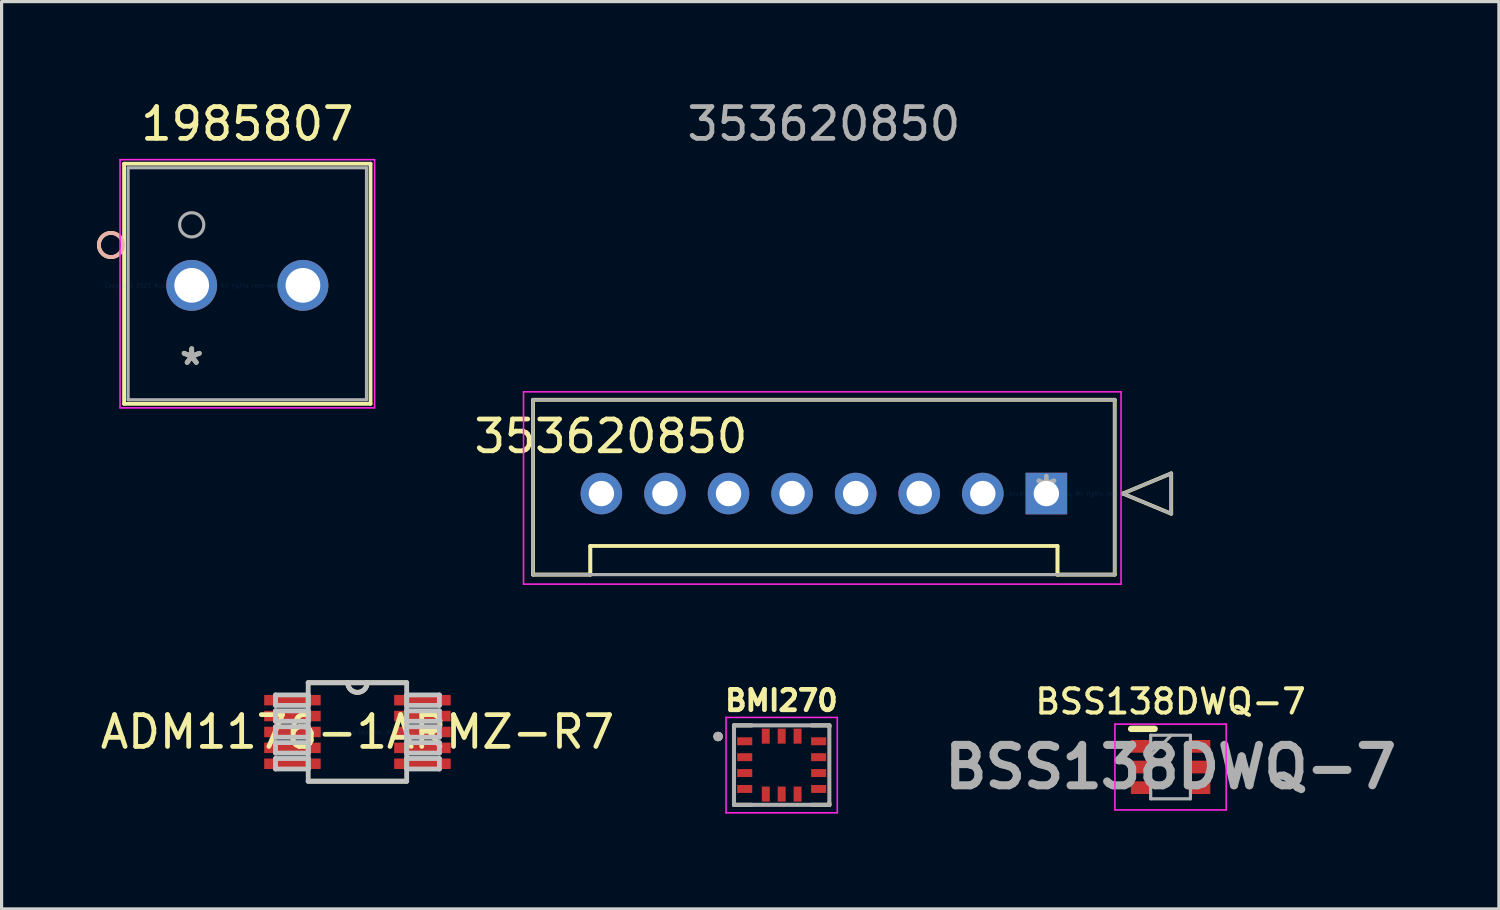
<source format=kicad_pcb>
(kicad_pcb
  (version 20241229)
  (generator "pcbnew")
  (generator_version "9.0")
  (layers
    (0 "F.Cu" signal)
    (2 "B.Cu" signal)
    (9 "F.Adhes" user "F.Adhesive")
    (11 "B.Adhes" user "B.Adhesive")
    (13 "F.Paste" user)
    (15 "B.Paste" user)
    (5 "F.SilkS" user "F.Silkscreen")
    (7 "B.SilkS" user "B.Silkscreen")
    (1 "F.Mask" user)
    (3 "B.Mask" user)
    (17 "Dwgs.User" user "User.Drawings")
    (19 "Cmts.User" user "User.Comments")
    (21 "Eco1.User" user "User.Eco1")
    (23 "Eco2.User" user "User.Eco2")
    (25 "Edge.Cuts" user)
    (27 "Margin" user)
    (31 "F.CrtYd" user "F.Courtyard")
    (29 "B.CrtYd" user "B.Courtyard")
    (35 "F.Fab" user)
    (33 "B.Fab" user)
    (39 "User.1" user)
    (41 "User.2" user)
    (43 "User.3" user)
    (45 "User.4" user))
  (footprint "ADM1176-1ARMZ-R7"
    (layer "F.Cu")
    (at 8.196 19.979)
    (property "Reference" "ADM1176-1ARMZ-R7" (at 0 0 0) (layer "F.SilkS") (effects (font (size 1 1) (thickness 0.15))))
    (attr smd)
    (fp_line (start -1.549 1.549) (end 1.549 1.549) (stroke (width 0.152) (type solid)) (layer "F.SilkS"))
    (fp_line (start 1.549 -1.549) (end -1.549 -1.549) (stroke (width 0.152) (type solid)) (layer "F.SilkS"))
    (fp_arc (start 0.3048 -1.5494) (mid 0 -1.2446) (end -0.3048 -1.5494) (stroke (width 0.1524) (type solid)) (layer "F.SilkS"))
    (fp_line (start -2.578 -1.165) (end -2.578 -0.835) (stroke (width 0.152) (type solid)) (layer "Dwgs.User"))
    (fp_line (start -2.578 -0.835) (end -1.549 -0.835) (stroke (width 0.152) (type solid)) (layer "Dwgs.User"))
    (fp_line (start -2.578 -0.665) (end -2.578 -0.335) (stroke (width 0.152) (type solid)) (layer "Dwgs.User"))
    (fp_line (start -2.578 -0.335) (end -1.549 -0.335) (stroke (width 0.152) (type solid)) (layer "Dwgs.User"))
    (fp_line (start -2.578 -0.165) (end -2.578 0.165) (stroke (width 0.152) (type solid)) (layer "Dwgs.User"))
    (fp_line (start -2.578 0.165) (end -1.549 0.165) (stroke (width 0.152) (type solid)) (layer "Dwgs.User"))
    (fp_line (start -2.578 0.335) (end -2.578 0.665) (stroke (width 0.152) (type solid)) (layer "Dwgs.User"))
    (fp_line (start -2.578 0.665) (end -1.549 0.665) (stroke (width 0.152) (type solid)) (layer "Dwgs.User"))
    (fp_line (start -2.578 0.835) (end -2.578 1.165) (stroke (width 0.152) (type solid)) (layer "Dwgs.User"))
    (fp_line (start -2.578 1.165) (end -1.549 1.165) (stroke (width 0.152) (type solid)) (layer "Dwgs.User"))
    (fp_line (start -1.549 -1.549) (end -1.549 1.549) (stroke (width 0.152) (type solid)) (layer "Dwgs.User"))
    (fp_line (start -1.549 -1.165) (end -2.578 -1.165) (stroke (width 0.152) (type solid)) (layer "Dwgs.User"))
    (fp_line (start -1.549 -0.835) (end -1.549 -1.165) (stroke (width 0.152) (type solid)) (layer "Dwgs.User"))
    (fp_line (start -1.549 -0.665) (end -2.578 -0.665) (stroke (width 0.152) (type solid)) (layer "Dwgs.User"))
    (fp_line (start -1.549 -0.335) (end -1.549 -0.665) (stroke (width 0.152) (type solid)) (layer "Dwgs.User"))
    (fp_line (start -1.549 -0.165) (end -2.578 -0.165) (stroke (width 0.152) (type solid)) (layer "Dwgs.User"))
    (fp_line (start -1.549 0.165) (end -1.549 -0.165) (stroke (width 0.152) (type solid)) (layer "Dwgs.User"))
    (fp_line (start -1.549 0.335) (end -2.578 0.335) (stroke (width 0.152) (type solid)) (layer "Dwgs.User"))
    (fp_line (start -1.549 0.665) (end -1.549 0.335) (stroke (width 0.152) (type solid)) (layer "Dwgs.User"))
    (fp_line (start -1.549 0.835) (end -2.578 0.835) (stroke (width 0.152) (type solid)) (layer "Dwgs.User"))
    (fp_line (start -1.549 1.165) (end -1.549 0.835) (stroke (width 0.152) (type solid)) (layer "Dwgs.User"))
    (fp_line (start -1.549 1.549) (end 1.549 1.549) (stroke (width 0.152) (type solid)) (layer "Dwgs.User"))
    (fp_line (start 1.549 -1.549) (end -1.549 -1.549) (stroke (width 0.152) (type solid)) (layer "Dwgs.User"))
    (fp_line (start 1.549 -1.165) (end 1.549 -0.835) (stroke (width 0.152) (type solid)) (layer "Dwgs.User"))
    (fp_line (start 1.549 -0.835) (end 2.578 -0.835) (stroke (width 0.152) (type solid)) (layer "Dwgs.User"))
    (fp_line (start 1.549 -0.665) (end 1.549 -0.335) (stroke (width 0.152) (type solid)) (layer "Dwgs.User"))
    (fp_line (start 1.549 -0.335) (end 2.578 -0.335) (stroke (width 0.152) (type solid)) (layer "Dwgs.User"))
    (fp_line (start 1.549 -0.165) (end 1.549 0.165) (stroke (width 0.152) (type solid)) (layer "Dwgs.User"))
    (fp_line (start 1.549 0.165) (end 2.578 0.165) (stroke (width 0.152) (type solid)) (layer "Dwgs.User"))
    (fp_line (start 1.549 0.335) (end 1.549 0.665) (stroke (width 0.152) (type solid)) (layer "Dwgs.User"))
    (fp_line (start 1.549 0.665) (end 2.578 0.665) (stroke (width 0.152) (type solid)) (layer "Dwgs.User"))
    (fp_line (start 1.549 0.835) (end 1.549 1.165) (stroke (width 0.152) (type solid)) (layer "Dwgs.User"))
    (fp_line (start 1.549 1.165) (end 2.578 1.165) (stroke (width 0.152) (type solid)) (layer "Dwgs.User"))
    (fp_line (start 1.549 1.549) (end 1.549 -1.549) (stroke (width 0.152) (type solid)) (layer "Dwgs.User"))
    (fp_line (start 2.578 -1.165) (end 1.549 -1.165) (stroke (width 0.152) (type solid)) (layer "Dwgs.User"))
    (fp_line (start 2.578 -0.835) (end 2.578 -1.165) (stroke (width 0.152) (type solid)) (layer "Dwgs.User"))
    (fp_line (start 2.578 -0.665) (end 1.549 -0.665) (stroke (width 0.152) (type solid)) (layer "Dwgs.User"))
    (fp_line (start 2.578 -0.335) (end 2.578 -0.665) (stroke (width 0.152) (type solid)) (layer "Dwgs.User"))
    (fp_line (start 2.578 -0.165) (end 1.549 -0.165) (stroke (width 0.152) (type solid)) (layer "Dwgs.User"))
    (fp_line (start 2.578 0.165) (end 2.578 -0.165) (stroke (width 0.152) (type solid)) (layer "Dwgs.User"))
    (fp_line (start 2.578 0.335) (end 1.549 0.335) (stroke (width 0.152) (type solid)) (layer "Dwgs.User"))
    (fp_line (start 2.578 0.665) (end 2.578 0.335) (stroke (width 0.152) (type solid)) (layer "Dwgs.User"))
    (fp_line (start 2.578 0.835) (end 1.549 0.835) (stroke (width 0.152) (type solid)) (layer "Dwgs.User"))
    (fp_line (start 2.578 1.165) (end 2.578 0.835) (stroke (width 0.152) (type solid)) (layer "Dwgs.User"))
    (fp_arc (start 0.3048 -1.5494) (mid 0 -1.2446) (end -0.3048 -1.5494) (stroke (width 0.1524) (type solid)) (layer "Dwgs.User"))
    (fp_text user "Copyright 2016 Accelerated Designs. All rights reserved." (at 0 0 0) (layer "Cmts.User") (effects (font (size 0.127 0.127) (thickness 0.002))))
    (pad "1" smd rect (at -2.045 -1) (size 1.778 0.33) (layers "F.Cu" "F.Mask" "F.Paste"))
    (pad "2" smd rect (at -2.045 -0.5) (size 1.778 0.33) (layers "F.Cu" "F.Mask" "F.Paste"))
    (pad "3" smd rect (at -2.045 0) (size 1.778 0.33) (layers "F.Cu" "F.Mask" "F.Paste"))
    (pad "4" smd rect (at -2.045 0.5) (size 1.778 0.33) (layers "F.Cu" "F.Mask" "F.Paste"))
    (pad "5" smd rect (at -2.045 1) (size 1.778 0.33) (layers "F.Cu" "F.Mask" "F.Paste"))
    (pad "6" smd rect (at 2.045 1) (size 1.778 0.33) (layers "F.Cu" "F.Mask" "F.Paste"))
    (pad "7" smd rect (at 2.045 0.5) (size 1.778 0.33) (layers "F.Cu" "F.Mask" "F.Paste"))
    (pad "8" smd rect (at 2.045 0) (size 1.778 0.33) (layers "F.Cu" "F.Mask" "F.Paste"))
    (pad "9" smd rect (at 2.045 -0.5) (size 1.778 0.33) (layers "F.Cu" "F.Mask" "F.Paste"))
    (pad "10" smd rect (at 2.045 -1) (size 1.778 0.33) (layers "F.Cu" "F.Mask" "F.Paste")))
  (footprint "353620850"
    (layer "F.Cu")
    (at 29.871 12.478)
    (property "Reference" "353620850" (at -13.7 -1.8 0) (layer "F.SilkS") (effects (font (size 1 1) (thickness 0.15))))
    (attr through_hole)
    (fp_line (start -16.15 -2.95) (end -16.15 2.55) (stroke (width 0.12) (type solid)) (layer "F.SilkS"))
    (fp_line (start -16.15 2.55) (end -14.35 2.55) (stroke (width 0.127) (type solid)) (layer "F.SilkS"))
    (fp_line (start -14.35 1.65) (end 0.35 1.65) (stroke (width 0.12) (type solid)) (layer "F.SilkS"))
    (fp_line (start -14.35 2.55) (end -14.35 1.65) (stroke (width 0.127) (type solid)) (layer "F.SilkS"))
    (fp_line (start 0.35 1.65) (end 0.35 2.55) (stroke (width 0.127) (type solid)) (layer "F.SilkS"))
    (fp_line (start 0.35 2.55) (end 2.15 2.55) (stroke (width 0.127) (type solid)) (layer "F.SilkS"))
    (fp_line (start 2.15 -2.95) (end -16.15 -2.95) (stroke (width 0.12) (type solid)) (layer "F.SilkS"))
    (fp_line (start 2.15 2.55) (end 2.15 -2.95) (stroke (width 0.12) (type solid)) (layer "F.SilkS"))
    (fp_line (start 2.404 0) (end 3.928 -0.635) (stroke (width 0.12) (type solid)) (layer "F.SilkS"))
    (fp_line (start 3.928 -0.635) (end 3.928 0.635) (stroke (width 0.12) (type solid)) (layer "F.SilkS"))
    (fp_line (start 3.928 0.635) (end 2.404 0) (stroke (width 0.12) (type solid)) (layer "F.SilkS"))
    (fp_line (start -16.45 -3.2) (end -16.45 2.85) (stroke (width 0.05) (type solid)) (layer "F.CrtYd"))
    (fp_line (start -16.45 2.85) (end 2.35 2.85) (stroke (width 0.05) (type solid)) (layer "F.CrtYd"))
    (fp_line (start 2.35 -3.2) (end -16.45 -3.2) (stroke (width 0.05) (type solid)) (layer "F.CrtYd"))
    (fp_line (start 2.35 2.85) (end 2.35 -3.2) (stroke (width 0.05) (type solid)) (layer "F.CrtYd"))
    (fp_line (start -16.15 -2.95) (end -16.15 2.55) (stroke (width 0.1) (type solid)) (layer "F.Fab"))
    (fp_line (start -16.15 2.55) (end 2.15 2.55) (stroke (width 0.1) (type solid)) (layer "F.Fab"))
    (fp_line (start 2.15 -2.95) (end -16.15 -2.95) (stroke (width 0.1) (type solid)) (layer "F.Fab"))
    (fp_line (start 2.15 2.55) (end 2.15 -2.95) (stroke (width 0.1) (type solid)) (layer "F.Fab"))
    (fp_line (start 2.404 0) (end 3.928 -0.635) (stroke (width 0.1) (type solid)) (layer "F.Fab"))
    (fp_line (start 3.928 -0.635) (end 3.928 0.635) (stroke (width 0.1) (type solid)) (layer "F.Fab"))
    (fp_line (start 3.928 0.635) (end 2.404 0) (stroke (width 0.1) (type solid)) (layer "F.Fab"))
    (fp_text user "Copyright 2021 Accelerated Designs. All rights reserved." (at 0 0 0) (layer "Cmts.User") (effects (font (size 0.127 0.127) (thickness 0.002))))
    (fp_text user "353620850" (at -7 -11.63 0) (layer "F.Fab") (effects (font (size 1 1) (thickness 0.15))))
    (fp_text user "*" (at 0 0 0) (layer "F.Fab") (effects (font (size 1 1) (thickness 0.15))))
    (pad "1" thru_hole rect (at 0 0) (size 1.308 1.308) (drill 0.8) (layers "*.Cu" "*.Mask"))
    (pad "2" thru_hole circle (at -2 0) (size 1.308 1.308) (drill 0.8) (layers "*.Cu" "*.Mask"))
    (pad "3" thru_hole circle (at -4 0) (size 1.308 1.308) (drill 0.8) (layers "*.Cu" "*.Mask"))
    (pad "4" thru_hole circle (at -6 0) (size 1.308 1.308) (drill 0.8) (layers "*.Cu" "*.Mask"))
    (pad "5" thru_hole circle (at -8 0) (size 1.308 1.308) (drill 0.8) (layers "*.Cu" "*.Mask"))
    (pad "6" thru_hole circle (at -10 0) (size 1.308 1.308) (drill 0.8) (layers "*.Cu" "*.Mask"))
    (pad "7" thru_hole circle (at -12 0) (size 1.308 1.308) (drill 0.8) (layers "*.Cu" "*.Mask"))
    (pad "8" thru_hole circle (at -14 0) (size 1.308 1.308) (drill 0.8) (layers "*.Cu" "*.Mask")))
  (footprint "1985807"
    (layer "F.Cu")
    (at 2.981 5.928)
    (property "Reference" "1985807" (at 1.75 -5.08 0) (layer "F.SilkS") (effects (font (size 1 1) (thickness 0.15))))
    (attr through_hole)
    (fp_line (start -2.127 -3.827) (end -2.127 3.727) (stroke (width 0.12) (type solid)) (layer "F.SilkS"))
    (fp_line (start -2.127 3.727) (end 5.627 3.727) (stroke (width 0.12) (type solid)) (layer "F.SilkS"))
    (fp_line (start 5.627 -3.827) (end -2.127 -3.827) (stroke (width 0.12) (type solid)) (layer "F.SilkS"))
    (fp_line (start 5.627 3.727) (end 5.627 -3.827) (stroke (width 0.12) (type solid)) (layer "F.SilkS"))
    (fp_circle (center -2.54 -1.27) (end -2.159 -1.27) (stroke (width 0.12) (type solid)) (fill no) (layer "F.SilkS"))
    (fp_circle (center -2.54 -1.27) (end -2.159 -1.27) (stroke (width 0.12) (type solid)) (fill no) (layer "B.SilkS"))
    (fp_line (start -2.254 -3.954) (end -2.254 3.854) (stroke (width 0.05) (type solid)) (layer "F.CrtYd"))
    (fp_line (start -2.254 3.854) (end 5.754 3.854) (stroke (width 0.05) (type solid)) (layer "F.CrtYd"))
    (fp_line (start 5.754 -3.954) (end -2.254 -3.954) (stroke (width 0.05) (type solid)) (layer "F.CrtYd"))
    (fp_line (start 5.754 3.854) (end 5.754 -3.954) (stroke (width 0.05) (type solid)) (layer "F.CrtYd"))
    (fp_line (start -2 -3.7) (end -2 3.6) (stroke (width 0.1) (type solid)) (layer "F.Fab"))
    (fp_line (start -2 3.6) (end 5.5 3.6) (stroke (width 0.1) (type solid)) (layer "F.Fab"))
    (fp_line (start 5.5 -3.7) (end -2 -3.7) (stroke (width 0.1) (type solid)) (layer "F.Fab"))
    (fp_line (start 5.5 3.6) (end 5.5 -3.7) (stroke (width 0.1) (type solid)) (layer "F.Fab"))
    (fp_circle (center 0 -1.905) (end 0.381 -1.905) (stroke (width 0.1) (type solid)) (fill no) (layer "F.Fab"))
    (fp_text user "*" (at 0 2.54 0) (layer "F.SilkS") (effects (font (size 1 1) (thickness 0.15))))
    (fp_text user "Copyright 2021 Accelerated Designs. All rights reserved." (at 0 0 0) (layer "Cmts.User") (effects (font (size 0.127 0.127) (thickness 0.002))))
    (fp_text user "*" (at 0 2.54 0) (layer "F.Fab") (effects (font (size 1 1) (thickness 0.15))))
    (pad "1" thru_hole circle (at -0.000001 0) (size 1.6 1.6) (drill 1.092) (layers "*.Cu" "*.Mask"))
    (pad "2" thru_hole circle (at 3.5 0) (size 1.6 1.6) (drill 1.092) (layers "*.Cu" "*.Mask")))
  (footprint "BMI270"
    (layer "F.Cu")
    (at 21.543 21.022)
    (property "Reference" "BMI270" (at -0.008 -2.031 0) (layer "F.SilkS") (effects (font (size 0.64 0.64) (thickness 0.15))))
    (attr through_hole)
    (fp_line (start -1.5 -1.25) (end -1.5 -1.195) (stroke (width 0.127) (type solid)) (layer "F.SilkS"))
    (fp_line (start -1.5 -1.25) (end -0.945 -1.25) (stroke (width 0.127) (type solid)) (layer "F.SilkS"))
    (fp_line (start -1.5 1.195) (end -1.5 1.25) (stroke (width 0.127) (type solid)) (layer "F.SilkS"))
    (fp_line (start -1.5 1.25) (end -0.945 1.25) (stroke (width 0.127) (type solid)) (layer "F.SilkS"))
    (fp_line (start 0.945 -1.25) (end 1.5 -1.25) (stroke (width 0.127) (type solid)) (layer "F.SilkS"))
    (fp_line (start 0.945 1.25) (end 1.5 1.25) (stroke (width 0.127) (type solid)) (layer "F.SilkS"))
    (fp_line (start 1.5 -1.25) (end 1.5 -1.195) (stroke (width 0.127) (type solid)) (layer "F.SilkS"))
    (fp_line (start 1.5 1.195) (end 1.5 1.25) (stroke (width 0.127) (type solid)) (layer "F.SilkS"))
    (fp_circle (center -2 -0.9) (end -1.925 -0.9) (stroke (width 0.15) (type solid)) (fill no) (layer "F.SilkS"))
    (fp_line (start -1.75 -1.5) (end 1.75 -1.5) (stroke (width 0.05) (type solid)) (layer "F.CrtYd"))
    (fp_line (start -1.75 1.5) (end -1.75 -1.5) (stroke (width 0.05) (type solid)) (layer "F.CrtYd"))
    (fp_line (start 1.75 -1.5) (end 1.75 1.5) (stroke (width 0.05) (type solid)) (layer "F.CrtYd"))
    (fp_line (start 1.75 1.5) (end -1.75 1.5) (stroke (width 0.05) (type solid)) (layer "F.CrtYd"))
    (fp_line (start -1.5 -1.25) (end -1.5 1.25) (stroke (width 0.127) (type solid)) (layer "F.Fab"))
    (fp_line (start -1.5 1.25) (end 1.5 1.25) (stroke (width 0.127) (type solid)) (layer "F.Fab"))
    (fp_line (start 1.5 -1.25) (end -1.5 -1.25) (stroke (width 0.127) (type solid)) (layer "F.Fab"))
    (fp_line (start 1.5 1.25) (end 1.5 -1.25) (stroke (width 0.127) (type solid)) (layer "F.Fab"))
    (fp_circle (center -2 -0.9) (end -1.925 -0.9) (stroke (width 0.15) (type solid)) (fill no) (layer "F.Fab"))
    (pad "1" smd rect (at -1.163 -0.75) (size 0.475 0.25) (layers "F.Cu" "F.Mask" "F.Paste"))
    (pad "2" smd rect (at -1.163 -0.25) (size 0.475 0.25) (layers "F.Cu" "F.Mask" "F.Paste"))
    (pad "3" smd rect (at -1.163 0.25) (size 0.475 0.25) (layers "F.Cu" "F.Mask" "F.Paste"))
    (pad "4" smd rect (at -1.163 0.75) (size 0.475 0.25) (layers "F.Cu" "F.Mask" "F.Paste"))
    (pad "5" smd rect (at -0.5 0.912 90) (size 0.475 0.25) (layers "F.Cu" "F.Mask" "F.Paste"))
    (pad "6" smd rect (at 0 0.912 90) (size 0.475 0.25) (layers "F.Cu" "F.Mask" "F.Paste"))
    (pad "7" smd rect (at 0.5 0.912 90) (size 0.475 0.25) (layers "F.Cu" "F.Mask" "F.Paste"))
    (pad "8" smd rect (at 1.163 0.75) (size 0.475 0.25) (layers "F.Cu" "F.Mask" "F.Paste"))
    (pad "9" smd rect (at 1.163 0.25) (size 0.475 0.25) (layers "F.Cu" "F.Mask" "F.Paste"))
    (pad "10" smd rect (at 1.163 -0.25) (size 0.475 0.25) (layers "F.Cu" "F.Mask" "F.Paste"))
    (pad "11" smd rect (at 1.163 -0.75) (size 0.475 0.25) (layers "F.Cu" "F.Mask" "F.Paste"))
    (pad "12" smd rect (at 0.5 -0.912 90) (size 0.475 0.25) (layers "F.Cu" "F.Mask" "F.Paste"))
    (pad "13" smd rect (at 0 -0.912 90) (size 0.475 0.25) (layers "F.Cu" "F.Mask" "F.Paste"))
    (pad "14" smd rect (at -0.5 -0.912 90) (size 0.475 0.25) (layers "F.Cu" "F.Mask" "F.Paste")))
  (footprint "BSS138DWQ-7"
    (layer "F.Cu")
    (at 33.778 21.082)
    (property "Reference" "BSS138DWQ-7" (at 0 -2.06 0) (layer "F.SilkS") (effects (font (size 0.762 0.762) (thickness 0.127))))
    (attr smd)
    (fp_line (start -1.24 -1.2) (end -0.5 -1.2) (stroke (width 0.2) (type solid)) (layer "F.SilkS"))
    (fp_line (start -1.75 -1.35) (end 1.75 -1.35) (stroke (width 0.05) (type solid)) (layer "F.CrtYd"))
    (fp_line (start -1.75 1.35) (end -1.75 -1.35) (stroke (width 0.05) (type solid)) (layer "F.CrtYd"))
    (fp_line (start 1.75 -1.35) (end 1.75 1.35) (stroke (width 0.05) (type solid)) (layer "F.CrtYd"))
    (fp_line (start 1.75 1.35) (end -1.75 1.35) (stroke (width 0.05) (type solid)) (layer "F.CrtYd"))
    (fp_line (start -0.625 -1) (end 0.625 -1) (stroke (width 0.1) (type solid)) (layer "F.Fab"))
    (fp_line (start -0.625 -0.35) (end 0.025 -1) (stroke (width 0.1) (type solid)) (layer "F.Fab"))
    (fp_line (start -0.625 1) (end -0.625 -1) (stroke (width 0.1) (type solid)) (layer "F.Fab"))
    (fp_line (start 0.625 -1) (end 0.625 1) (stroke (width 0.1) (type solid)) (layer "F.Fab"))
    (fp_line (start 0.625 1) (end -0.625 1) (stroke (width 0.1) (type solid)) (layer "F.Fab"))
    (fp_text user "${REFERENCE}" (at 0 0 0) (layer "F.Fab") (effects (font (size 1.27 1.27) (thickness 0.254))))
    (pad "1" smd rect (at -0.95 -0.65 90) (size 0.4 0.6) (layers "F.Cu" "F.Mask" "F.Paste"))
    (pad "2" smd rect (at -0.95 0 90) (size 0.4 0.6) (layers "F.Cu" "F.Mask" "F.Paste"))
    (pad "3" smd rect (at -0.95 0.65 90) (size 0.4 0.6) (layers "F.Cu" "F.Mask" "F.Paste"))
    (pad "4" smd rect (at 0.95 0.65 90) (size 0.4 0.6) (layers "F.Cu" "F.Mask" "F.Paste"))
    (pad "5" smd rect (at 0.95 0 90) (size 0.4 0.6) (layers "F.Cu" "F.Mask" "F.Paste"))
    (pad "6" smd rect (at 0.95 -0.65 90) (size 0.4 0.6) (layers "F.Cu" "F.Mask" "F.Paste")))
  (gr_rect
    (start -3 -3)
    (end 44.108 25.547)
    (stroke (width 0.1) (type default))
    (fill no)
    (layer "Edge.Cuts")))
</source>
